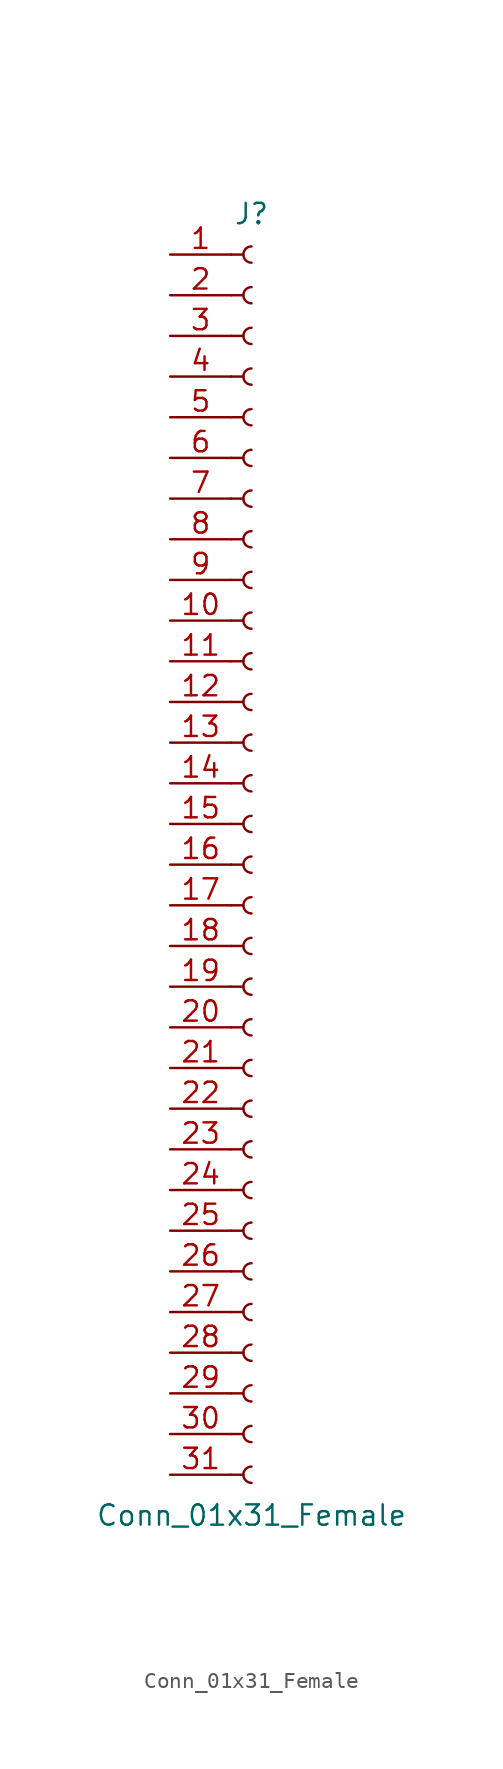
<source format=kicad_sym>
(kicad_symbol_lib
  (version 20201005)
  (generator kicad_symbol_editor)
  (symbol "Connector:Conn_01x31_Female"
    (pin_names
      (offset 1.016) hide)
    (property "Reference" "J"
      (at 0 40.64 0)
      (effects (font (size 1.27 1.27))))
    (property "Value" "Conn_01x31_Female"
      (at 0 -40.64 0)
      (effects (font (size 1.27 1.27))))
    (symbol "Conn_01x31_Female_1_1"
      (arc (start 0 -37.592) (end 0 -38.608) (radius (at 0 -38.1) (length 0.508) (angles 90.1 -90.1)) (stroke (width 0.1524)) (fill (type none)))
      (arc (start 0 -35.052) (end 0 -36.068) (radius (at 0 -35.56) (length 0.508) (angles 90.1 -90.1)) (stroke (width 0.1524)) (fill (type none)))
      (arc (start 0 -32.512) (end 0 -33.528) (radius (at 0 -33.02) (length 0.508) (angles 90.1 -90.1)) (stroke (width 0.1524)) (fill (type none)))
      (arc (start 0 -29.972) (end 0 -30.988) (radius (at 0 -30.48) (length 0.508) (angles 90.1 -90.1)) (stroke (width 0.1524)) (fill (type none)))
      (arc (start 0 -27.432) (end 0 -28.448) (radius (at 0 -27.94) (length 0.508) (angles 90.1 -90.1)) (stroke (width 0.1524)) (fill (type none)))
      (arc (start 0 -24.892) (end 0 -25.908) (radius (at 0 -25.4) (length 0.508) (angles 90.1 -90.1)) (stroke (width 0.1524)) (fill (type none)))
      (arc (start 0 -22.352) (end 0 -23.368) (radius (at 0 -22.86) (length 0.508) (angles 90.1 -90.1)) (stroke (width 0.1524)) (fill (type none)))
      (arc (start 0 -19.812) (end 0 -20.828) (radius (at 0 -20.32) (length 0.508) (angles 90.1 -90.1)) (stroke (width 0.1524)) (fill (type none)))
      (arc (start 0 -17.272) (end 0 -18.288) (radius (at 0 -17.78) (length 0.508) (angles 90.1 -90.1)) (stroke (width 0.1524)) (fill (type none)))
      (arc (start 0 -14.732) (end 0 -15.748) (radius (at 0 -15.24) (length 0.508) (angles 90.1 -90.1)) (stroke (width 0.1524)) (fill (type none)))
      (arc (start 0 -12.192) (end 0 -13.208) (radius (at 0 -12.7) (length 0.508) (angles 90.1 -90.1)) (stroke (width 0.1524)) (fill (type none)))
      (arc (start 0 -9.652) (end 0 -10.668) (radius (at 0 -10.16) (length 0.508) (angles 90.1 -90.1)) (stroke (width 0.1524)) (fill (type none)))
      (arc (start 0 -7.112) (end 0 -8.128) (radius (at 0 -7.62) (length 0.508) (angles 90.1 -90.1)) (stroke (width 0.1524)) (fill (type none)))
      (arc (start 0 -4.572) (end 0 -5.588) (radius (at 0 -5.08) (length 0.508) (angles 90.1 -90.1)) (stroke (width 0.1524)) (fill (type none)))
      (arc (start 0 -2.032) (end 0 -3.048) (radius (at 0 -2.54) (length 0.508) (angles 90.1 -90.1)) (stroke (width 0.1524)) (fill (type none)))
      (arc (start 0 0.508) (end 0 -0.508) (radius (at 0 0) (length 0.508) (angles 90.1 -90.1)) (stroke (width 0.1524)) (fill (type none)))
      (arc (start 0 3.048) (end 0 2.032) (radius (at 0 2.54) (length 0.508) (angles 90.1 -90.1)) (stroke (width 0.1524)) (fill (type none)))
      (arc (start 0 5.588) (end 0 4.572) (radius (at 0 5.08) (length 0.508) (angles 90.1 -90.1)) (stroke (width 0.1524)) (fill (type none)))
      (arc (start 0 8.128) (end 0 7.112) (radius (at 0 7.62) (length 0.508) (angles 90.1 -90.1)) (stroke (width 0.1524)) (fill (type none)))
      (arc (start 0 10.668) (end 0 9.652) (radius (at 0 10.16) (length 0.508) (angles 90.1 -90.1)) (stroke (width 0.1524)) (fill (type none)))
      (arc (start 0 13.208) (end 0 12.192) (radius (at 0 12.7) (length 0.508) (angles 90.1 -90.1)) (stroke (width 0.1524)) (fill (type none)))
      (arc (start 0 15.748) (end 0 14.732) (radius (at 0 15.24) (length 0.508) (angles 90.1 -90.1)) (stroke (width 0.1524)) (fill (type none)))
      (arc (start 0 18.288) (end 0 17.272) (radius (at 0 17.78) (length 0.508) (angles 90.1 -90.1)) (stroke (width 0.1524)) (fill (type none)))
      (arc (start 0 20.828) (end 0 19.812) (radius (at 0 20.32) (length 0.508) (angles 90.1 -90.1)) (stroke (width 0.1524)) (fill (type none)))
      (arc (start 0 23.368) (end 0 22.352) (radius (at 0 22.86) (length 0.508) (angles 90.1 -90.1)) (stroke (width 0.1524)) (fill (type none)))
      (arc (start 0 25.908) (end 0 24.892) (radius (at 0 25.4) (length 0.508) (angles 90.1 -90.1)) (stroke (width 0.1524)) (fill (type none)))
      (arc (start 0 28.448) (end 0 27.432) (radius (at 0 27.94) (length 0.508) (angles 90.1 -90.1)) (stroke (width 0.1524)) (fill (type none)))
      (arc (start 0 30.988) (end 0 29.972) (radius (at 0 30.48) (length 0.508) (angles 90.1 -90.1)) (stroke (width 0.1524)) (fill (type none)))
      (arc (start 0 33.528) (end 0 32.512) (radius (at 0 33.02) (length 0.508) (angles 90.1 -90.1)) (stroke (width 0.1524)) (fill (type none)))
      (arc (start 0 36.068) (end 0 35.052) (radius (at 0 35.56) (length 0.508) (angles 90.1 -90.1)) (stroke (width 0.1524)) (fill (type none)))
      (arc (start 0 38.608) (end 0 37.592) (radius (at 0 38.1) (length 0.508) (angles 90.1 -90.1)) (stroke (width 0.1524)) (fill (type none)))
      (polyline (pts (xy -1.27 -38.1) (xy -0.508 -38.1)) (stroke (width 0.152)) (fill (type none)))
      (polyline (pts (xy -1.27 -35.56) (xy -0.508 -35.56)) (stroke (width 0.152)) (fill (type none)))
      (polyline (pts (xy -1.27 -33.02) (xy -0.508 -33.02)) (stroke (width 0.152)) (fill (type none)))
      (polyline (pts (xy -1.27 -30.48) (xy -0.508 -30.48)) (stroke (width 0.152)) (fill (type none)))
      (polyline (pts (xy -1.27 -27.94) (xy -0.508 -27.94)) (stroke (width 0.152)) (fill (type none)))
      (polyline (pts (xy -1.27 -25.4) (xy -0.508 -25.4)) (stroke (width 0.152)) (fill (type none)))
      (polyline (pts (xy -1.27 -22.86) (xy -0.508 -22.86)) (stroke (width 0.152)) (fill (type none)))
      (polyline (pts (xy -1.27 -20.32) (xy -0.508 -20.32)) (stroke (width 0.152)) (fill (type none)))
      (polyline (pts (xy -1.27 -17.78) (xy -0.508 -17.78)) (stroke (width 0.152)) (fill (type none)))
      (polyline (pts (xy -1.27 -15.24) (xy -0.508 -15.24)) (stroke (width 0.152)) (fill (type none)))
      (polyline (pts (xy -1.27 -12.7) (xy -0.508 -12.7)) (stroke (width 0.152)) (fill (type none)))
      (polyline (pts (xy -1.27 -10.16) (xy -0.508 -10.16)) (stroke (width 0.152)) (fill (type none)))
      (polyline (pts (xy -1.27 -7.62) (xy -0.508 -7.62)) (stroke (width 0.152)) (fill (type none)))
      (polyline (pts (xy -1.27 -5.08) (xy -0.508 -5.08)) (stroke (width 0.152)) (fill (type none)))
      (polyline (pts (xy -1.27 -2.54) (xy -0.508 -2.54)) (stroke (width 0.152)) (fill (type none)))
      (polyline (pts (xy -1.27 0) (xy -0.508 0)) (stroke (width 0.152)) (fill (type none)))
      (polyline (pts (xy -1.27 2.54) (xy -0.508 2.54)) (stroke (width 0.152)) (fill (type none)))
      (polyline (pts (xy -1.27 5.08) (xy -0.508 5.08)) (stroke (width 0.152)) (fill (type none)))
      (polyline (pts (xy -1.27 7.62) (xy -0.508 7.62)) (stroke (width 0.152)) (fill (type none)))
      (polyline (pts (xy -1.27 10.16) (xy -0.508 10.16)) (stroke (width 0.152)) (fill (type none)))
      (polyline (pts (xy -1.27 12.7) (xy -0.508 12.7)) (stroke (width 0.152)) (fill (type none)))
      (polyline (pts (xy -1.27 15.24) (xy -0.508 15.24)) (stroke (width 0.152)) (fill (type none)))
      (polyline (pts (xy -1.27 17.78) (xy -0.508 17.78)) (stroke (width 0.152)) (fill (type none)))
      (polyline (pts (xy -1.27 20.32) (xy -0.508 20.32)) (stroke (width 0.152)) (fill (type none)))
      (polyline (pts (xy -1.27 22.86) (xy -0.508 22.86)) (stroke (width 0.152)) (fill (type none)))
      (polyline (pts (xy -1.27 25.4) (xy -0.508 25.4)) (stroke (width 0.152)) (fill (type none)))
      (polyline (pts (xy -1.27 27.94) (xy -0.508 27.94)) (stroke (width 0.152)) (fill (type none)))
      (polyline (pts (xy -1.27 30.48) (xy -0.508 30.48)) (stroke (width 0.152)) (fill (type none)))
      (polyline (pts (xy -1.27 33.02) (xy -0.508 33.02)) (stroke (width 0.152)) (fill (type none)))
      (polyline (pts (xy -1.27 35.56) (xy -0.508 35.56)) (stroke (width 0.152)) (fill (type none)))
      (polyline (pts (xy -1.27 38.1) (xy -0.508 38.1)) (stroke (width 0.152)) (fill (type none)))
      (pin passive line (at -5.08 38.1 0) (length 3.81) (name "Pin_1" (effects (font (size 1.27 1.27)))) (number "1" (effects (font (size 1.27 1.27)))))
      (pin passive line (at -5.08 15.24 0) (length 3.81) (name "Pin_10" (effects (font (size 1.27 1.27)))) (number "10" (effects (font (size 1.27 1.27)))))
      (pin passive line (at -5.08 12.7 0) (length 3.81) (name "Pin_11" (effects (font (size 1.27 1.27)))) (number "11" (effects (font (size 1.27 1.27)))))
      (pin passive line (at -5.08 10.16 0) (length 3.81) (name "Pin_12" (effects (font (size 1.27 1.27)))) (number "12" (effects (font (size 1.27 1.27)))))
      (pin passive line (at -5.08 7.62 0) (length 3.81) (name "Pin_13" (effects (font (size 1.27 1.27)))) (number "13" (effects (font (size 1.27 1.27)))))
      (pin passive line (at -5.08 5.08 0) (length 3.81) (name "Pin_14" (effects (font (size 1.27 1.27)))) (number "14" (effects (font (size 1.27 1.27)))))
      (pin passive line (at -5.08 2.54 0) (length 3.81) (name "Pin_15" (effects (font (size 1.27 1.27)))) (number "15" (effects (font (size 1.27 1.27)))))
      (pin passive line (at -5.08 0 0) (length 3.81) (name "Pin_16" (effects (font (size 1.27 1.27)))) (number "16" (effects (font (size 1.27 1.27)))))
      (pin passive line (at -5.08 -2.54 0) (length 3.81) (name "Pin_17" (effects (font (size 1.27 1.27)))) (number "17" (effects (font (size 1.27 1.27)))))
      (pin passive line (at -5.08 -5.08 0) (length 3.81) (name "Pin_18" (effects (font (size 1.27 1.27)))) (number "18" (effects (font (size 1.27 1.27)))))
      (pin passive line (at -5.08 -7.62 0) (length 3.81) (name "Pin_19" (effects (font (size 1.27 1.27)))) (number "19" (effects (font (size 1.27 1.27)))))
      (pin passive line (at -5.08 35.56 0) (length 3.81) (name "Pin_2" (effects (font (size 1.27 1.27)))) (number "2" (effects (font (size 1.27 1.27)))))
      (pin passive line (at -5.08 -10.16 0) (length 3.81) (name "Pin_20" (effects (font (size 1.27 1.27)))) (number "20" (effects (font (size 1.27 1.27)))))
      (pin passive line (at -5.08 -12.7 0) (length 3.81) (name "Pin_21" (effects (font (size 1.27 1.27)))) (number "21" (effects (font (size 1.27 1.27)))))
      (pin passive line (at -5.08 -15.24 0) (length 3.81) (name "Pin_22" (effects (font (size 1.27 1.27)))) (number "22" (effects (font (size 1.27 1.27)))))
      (pin passive line (at -5.08 -17.78 0) (length 3.81) (name "Pin_23" (effects (font (size 1.27 1.27)))) (number "23" (effects (font (size 1.27 1.27)))))
      (pin passive line (at -5.08 -20.32 0) (length 3.81) (name "Pin_24" (effects (font (size 1.27 1.27)))) (number "24" (effects (font (size 1.27 1.27)))))
      (pin passive line (at -5.08 -22.86 0) (length 3.81) (name "Pin_25" (effects (font (size 1.27 1.27)))) (number "25" (effects (font (size 1.27 1.27)))))
      (pin passive line (at -5.08 -25.4 0) (length 3.81) (name "Pin_26" (effects (font (size 1.27 1.27)))) (number "26" (effects (font (size 1.27 1.27)))))
      (pin passive line (at -5.08 -27.94 0) (length 3.81) (name "Pin_27" (effects (font (size 1.27 1.27)))) (number "27" (effects (font (size 1.27 1.27)))))
      (pin passive line (at -5.08 -30.48 0) (length 3.81) (name "Pin_28" (effects (font (size 1.27 1.27)))) (number "28" (effects (font (size 1.27 1.27)))))
      (pin passive line (at -5.08 -33.02 0) (length 3.81) (name "Pin_29" (effects (font (size 1.27 1.27)))) (number "29" (effects (font (size 1.27 1.27)))))
      (pin passive line (at -5.08 33.02 0) (length 3.81) (name "Pin_3" (effects (font (size 1.27 1.27)))) (number "3" (effects (font (size 1.27 1.27)))))
      (pin passive line (at -5.08 -35.56 0) (length 3.81) (name "Pin_30" (effects (font (size 1.27 1.27)))) (number "30" (effects (font (size 1.27 1.27)))))
      (pin passive line (at -5.08 -38.1 0) (length 3.81) (name "Pin_31" (effects (font (size 1.27 1.27)))) (number "31" (effects (font (size 1.27 1.27)))))
      (pin passive line (at -5.08 30.48 0) (length 3.81) (name "Pin_4" (effects (font (size 1.27 1.27)))) (number "4" (effects (font (size 1.27 1.27)))))
      (pin passive line (at -5.08 27.94 0) (length 3.81) (name "Pin_5" (effects (font (size 1.27 1.27)))) (number "5" (effects (font (size 1.27 1.27)))))
      (pin passive line (at -5.08 25.4 0) (length 3.81) (name "Pin_6" (effects (font (size 1.27 1.27)))) (number "6" (effects (font (size 1.27 1.27)))))
      (pin passive line (at -5.08 22.86 0) (length 3.81) (name "Pin_7" (effects (font (size 1.27 1.27)))) (number "7" (effects (font (size 1.27 1.27)))))
      (pin passive line (at -5.08 20.32 0) (length 3.81) (name "Pin_8" (effects (font (size 1.27 1.27)))) (number "8" (effects (font (size 1.27 1.27)))))
      (pin passive line (at -5.08 17.78 0) (length 3.81) (name "Pin_9" (effects (font (size 1.27 1.27)))) (number "9" (effects (font (size 1.27 1.27))))))))
</source>
